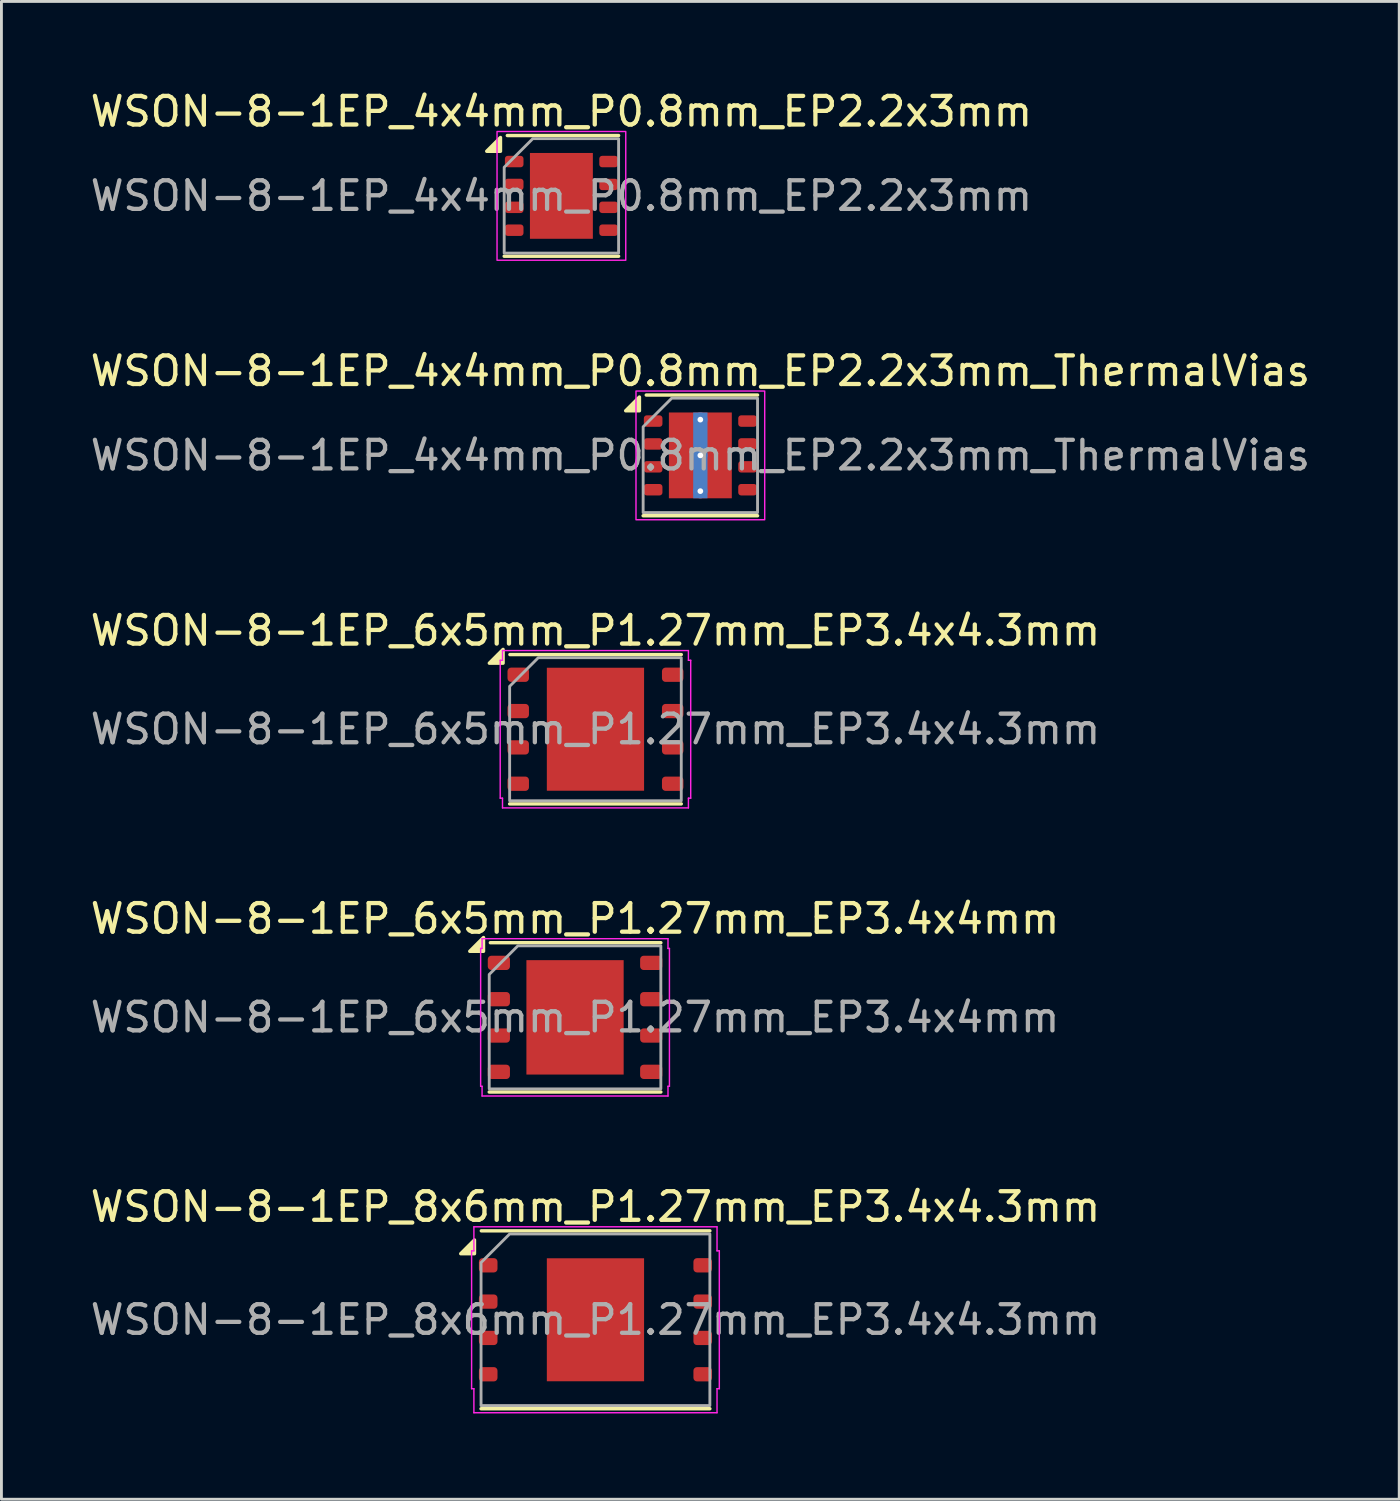
<source format=kicad_pcb>
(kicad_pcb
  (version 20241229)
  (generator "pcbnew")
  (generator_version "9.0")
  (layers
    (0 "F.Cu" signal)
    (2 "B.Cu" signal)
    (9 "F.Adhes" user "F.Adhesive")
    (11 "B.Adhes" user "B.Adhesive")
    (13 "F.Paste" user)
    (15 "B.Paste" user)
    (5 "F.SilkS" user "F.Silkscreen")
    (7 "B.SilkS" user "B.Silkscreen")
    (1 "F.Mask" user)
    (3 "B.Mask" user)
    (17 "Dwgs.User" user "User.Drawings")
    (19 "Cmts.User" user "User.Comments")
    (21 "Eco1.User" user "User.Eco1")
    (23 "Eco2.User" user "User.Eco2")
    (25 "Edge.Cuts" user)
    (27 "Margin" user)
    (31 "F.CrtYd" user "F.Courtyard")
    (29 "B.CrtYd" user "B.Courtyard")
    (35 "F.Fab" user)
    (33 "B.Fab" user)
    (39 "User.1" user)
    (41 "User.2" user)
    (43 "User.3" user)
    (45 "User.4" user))
  (footprint "WSON-8-1EP_6x5mm_P1.27mm_EP3.4x4mm"
    (layer "F.Cu")
    (at 17.054 32.518)
    (property "Reference" "WSON-8-1EP_6x5mm_P1.27mm_EP3.4x4mm" (at 0 -3.45 0) (layer "F.SilkS") (effects (font (size 1 1) (thickness 0.15))))
    (attr smd)
    (fp_line (start -3 2.61) (end 3 2.61) (stroke (width 0.12) (type solid)) (layer "F.SilkS"))
    (fp_line (start -2.96 -2.61) (end 3 -2.61) (stroke (width 0.12) (type solid)) (layer "F.SilkS"))
    (fp_poly (pts (xy -3.2 -2.31) (xy -3.68 -2.31) (xy -3.2 -2.79)) (stroke (width 0.12) (type solid)) (fill yes) (layer "F.SilkS"))
    (fp_line (start -3.3 -2.41) (end -3.25 -2.41) (stroke (width 0.05) (type solid)) (layer "F.CrtYd"))
    (fp_line (start -3.3 2.41) (end -3.3 -2.41) (stroke (width 0.05) (type solid)) (layer "F.CrtYd"))
    (fp_line (start -3.25 -2.75) (end 3.25 -2.75) (stroke (width 0.05) (type solid)) (layer "F.CrtYd"))
    (fp_line (start -3.25 -2.41) (end -3.25 -2.75) (stroke (width 0.05) (type solid)) (layer "F.CrtYd"))
    (fp_line (start -3.25 2.41) (end -3.3 2.41) (stroke (width 0.05) (type solid)) (layer "F.CrtYd"))
    (fp_line (start -3.25 2.75) (end -3.25 2.41) (stroke (width 0.05) (type solid)) (layer "F.CrtYd"))
    (fp_line (start 3.25 -2.75) (end 3.25 -2.41) (stroke (width 0.05) (type solid)) (layer "F.CrtYd"))
    (fp_line (start 3.25 -2.41) (end 3.3 -2.41) (stroke (width 0.05) (type solid)) (layer "F.CrtYd"))
    (fp_line (start 3.25 2.41) (end 3.25 2.75) (stroke (width 0.05) (type solid)) (layer "F.CrtYd"))
    (fp_line (start 3.25 2.75) (end -3.25 2.75) (stroke (width 0.05) (type solid)) (layer "F.CrtYd"))
    (fp_line (start 3.3 -2.41) (end 3.3 2.41) (stroke (width 0.05) (type solid)) (layer "F.CrtYd"))
    (fp_line (start 3.3 2.41) (end 3.25 2.41) (stroke (width 0.05) (type solid)) (layer "F.CrtYd"))
    (fp_poly (pts (xy -3 -1.5) (xy -3 2.5) (xy 3 2.5) (xy 3 -2.5) (xy -2 -2.5)) (stroke (width 0.1) (type solid)) (fill no) (layer "F.Fab"))
    (fp_text user "${REFERENCE}" (at 0 0 0) (layer "F.Fab") (effects (font (size 1 1) (thickness 0.15))))
    (pad "" smd roundrect (at -0.85 -1) (size 1.37 1.61) (layers "F.Paste") (roundrect_rratio 0.182))
    (pad "" smd roundrect (at -0.85 1) (size 1.37 1.61) (layers "F.Paste") (roundrect_rratio 0.182))
    (pad "" smd roundrect (at 0.85 -1) (size 1.37 1.61) (layers "F.Paste") (roundrect_rratio 0.182))
    (pad "" smd roundrect (at 0.85 1) (size 1.37 1.61) (layers "F.Paste") (roundrect_rratio 0.182))
    (pad "1" smd roundrect (at -2.663 -1.905) (size 0.775 0.5) (layers "F.Cu" "F.Mask" "F.Paste") (roundrect_rratio 0.25))
    (pad "2" smd roundrect (at -2.663 -0.635) (size 0.775 0.5) (layers "F.Cu" "F.Mask" "F.Paste") (roundrect_rratio 0.25))
    (pad "3" smd roundrect (at -2.663 0.635) (size 0.775 0.5) (layers "F.Cu" "F.Mask" "F.Paste") (roundrect_rratio 0.25))
    (pad "4" smd roundrect (at -2.663 1.905) (size 0.775 0.5) (layers "F.Cu" "F.Mask" "F.Paste") (roundrect_rratio 0.25))
    (pad "5" smd roundrect (at 2.663 1.905) (size 0.775 0.5) (layers "F.Cu" "F.Mask" "F.Paste") (roundrect_rratio 0.25))
    (pad "6" smd roundrect (at 2.663 0.635) (size 0.775 0.5) (layers "F.Cu" "F.Mask" "F.Paste") (roundrect_rratio 0.25))
    (pad "7" smd roundrect (at 2.663 -0.635) (size 0.775 0.5) (layers "F.Cu" "F.Mask" "F.Paste") (roundrect_rratio 0.25))
    (pad "8" smd roundrect (at 2.663 -1.905) (size 0.775 0.5) (layers "F.Cu" "F.Mask" "F.Paste") (roundrect_rratio 0.25))
    (pad "9" smd rect (at 0 0) (size 3.4 4) (property pad_prop_heatsink) (layers "F.Cu" "F.Mask")))
  (footprint "WSON-8-1EP_4x4mm_P0.8mm_EP2.2x3mm_ThermalVias"
    (layer "F.Cu")
    (at 21.435 12.871)
    (property "Reference" "WSON-8-1EP_4x4mm_P0.8mm_EP2.2x3mm_ThermalVias" (at 0 -2.95 0) (layer "F.SilkS") (effects (font (size 1 1) (thickness 0.15))))
    (attr smd)
    (fp_line (start -2 2.11) (end 2 2.11) (stroke (width 0.12) (type solid)) (layer "F.SilkS"))
    (fp_line (start -1.89 -2.11) (end 2 -2.11) (stroke (width 0.12) (type solid)) (layer "F.SilkS"))
    (fp_poly (pts (xy -2.13 -1.56) (xy -2.61 -1.56) (xy -2.13 -2.04)) (stroke (width 0.12) (type solid)) (fill yes) (layer "F.SilkS"))
    (fp_rect (start 2.25 2.25) (end -2.25 -2.25) (stroke (width 0.05) (type solid)) (fill no) (layer "F.CrtYd"))
    (fp_poly (pts (xy -2 -1) (xy -2 2) (xy 2 2) (xy 2 -2) (xy -1 -2)) (stroke (width 0.1) (type solid)) (fill no) (layer "F.Fab"))
    (fp_text user "${REFERENCE}" (at 0 0 0) (layer "F.Fab") (effects (font (size 1 1) (thickness 0.15))))
    (pad "" smd roundrect (at -0.55 -0.75) (size 0.89 1.21) (layers "F.Paste") (roundrect_rratio 0.25))
    (pad "" smd roundrect (at -0.55 0.75) (size 0.89 1.21) (layers "F.Paste") (roundrect_rratio 0.25))
    (pad "" smd roundrect (at 0.55 -0.75) (size 0.89 1.21) (layers "F.Paste") (roundrect_rratio 0.25))
    (pad "" smd roundrect (at 0.55 0.75) (size 0.89 1.21) (layers "F.Paste") (roundrect_rratio 0.25))
    (pad "1" smd roundrect (at -1.65 -1.2) (size 0.65 0.4) (layers "F.Cu" "F.Mask" "F.Paste") (roundrect_rratio 0.25))
    (pad "2" smd roundrect (at -1.65 -0.4) (size 0.65 0.4) (layers "F.Cu" "F.Mask" "F.Paste") (roundrect_rratio 0.25))
    (pad "3" smd roundrect (at -1.65 0.4) (size 0.65 0.4) (layers "F.Cu" "F.Mask" "F.Paste") (roundrect_rratio 0.25))
    (pad "4" smd roundrect (at -1.65 1.2) (size 0.65 0.4) (layers "F.Cu" "F.Mask" "F.Paste") (roundrect_rratio 0.25))
    (pad "5" smd roundrect (at 1.65 1.2) (size 0.65 0.4) (layers "F.Cu" "F.Mask" "F.Paste") (roundrect_rratio 0.25))
    (pad "6" smd roundrect (at 1.65 0.4) (size 0.65 0.4) (layers "F.Cu" "F.Mask" "F.Paste") (roundrect_rratio 0.25))
    (pad "7" smd roundrect (at 1.65 -0.4) (size 0.65 0.4) (layers "F.Cu" "F.Mask" "F.Paste") (roundrect_rratio 0.25))
    (pad "8" smd roundrect (at 1.65 -1.2) (size 0.65 0.4) (layers "F.Cu" "F.Mask" "F.Paste") (roundrect_rratio 0.25))
    (pad "9" thru_hole circle (at 0 -1.25) (size 0.5 0.5) (drill 0.2) (property pad_prop_heatsink) (layers "*.Cu"))
    (pad "9" thru_hole circle (at 0 0) (size 0.5 0.5) (drill 0.2) (property pad_prop_heatsink) (layers "*.Cu"))
    (pad "9" smd rect (at 0 0) (size 0.5 3) (property pad_prop_heatsink) (layers "B.Cu"))
    (pad "9" smd rect (at 0 0) (size 2.2 3) (property pad_prop_heatsink) (layers "F.Cu" "F.Mask"))
    (pad "9" thru_hole circle (at 0 1.25) (size 0.5 0.5) (drill 0.2) (property pad_prop_heatsink) (layers "*.Cu")))
  (footprint "WSON-8-1EP_6x5mm_P1.27mm_EP3.4x4.3mm"
    (layer "F.Cu")
    (at 17.768 22.445)
    (property "Reference" "WSON-8-1EP_6x5mm_P1.27mm_EP3.4x4.3mm" (at 0 -3.45 0) (layer "F.SilkS") (effects (font (size 1 1) (thickness 0.15))))
    (attr smd)
    (fp_line (start -3 2.61) (end 3 2.61) (stroke (width 0.12) (type solid)) (layer "F.SilkS"))
    (fp_line (start -2.99 -2.61) (end 3 -2.61) (stroke (width 0.12) (type solid)) (layer "F.SilkS"))
    (fp_poly (pts (xy -3.23 -2.31) (xy -3.71 -2.31) (xy -3.23 -2.79)) (stroke (width 0.12) (type solid)) (fill yes) (layer "F.SilkS"))
    (fp_line (start -3.33 -2.41) (end -3.25 -2.41) (stroke (width 0.05) (type solid)) (layer "F.CrtYd"))
    (fp_line (start -3.33 2.41) (end -3.33 -2.41) (stroke (width 0.05) (type solid)) (layer "F.CrtYd"))
    (fp_line (start -3.25 -2.75) (end 3.25 -2.75) (stroke (width 0.05) (type solid)) (layer "F.CrtYd"))
    (fp_line (start -3.25 -2.41) (end -3.25 -2.75) (stroke (width 0.05) (type solid)) (layer "F.CrtYd"))
    (fp_line (start -3.25 2.41) (end -3.33 2.41) (stroke (width 0.05) (type solid)) (layer "F.CrtYd"))
    (fp_line (start -3.25 2.75) (end -3.25 2.41) (stroke (width 0.05) (type solid)) (layer "F.CrtYd"))
    (fp_line (start 3.25 -2.75) (end 3.25 -2.41) (stroke (width 0.05) (type solid)) (layer "F.CrtYd"))
    (fp_line (start 3.25 -2.41) (end 3.33 -2.41) (stroke (width 0.05) (type solid)) (layer "F.CrtYd"))
    (fp_line (start 3.25 2.41) (end 3.25 2.75) (stroke (width 0.05) (type solid)) (layer "F.CrtYd"))
    (fp_line (start 3.25 2.75) (end -3.25 2.75) (stroke (width 0.05) (type solid)) (layer "F.CrtYd"))
    (fp_line (start 3.33 -2.41) (end 3.33 2.41) (stroke (width 0.05) (type solid)) (layer "F.CrtYd"))
    (fp_line (start 3.33 2.41) (end 3.25 2.41) (stroke (width 0.05) (type solid)) (layer "F.CrtYd"))
    (fp_poly (pts (xy -3 -1.5) (xy -3 2.5) (xy 3 2.5) (xy 3 -2.5) (xy -2 -2.5)) (stroke (width 0.1) (type solid)) (fill no) (layer "F.Fab"))
    (fp_text user "${REFERENCE}" (at 0 0 0) (layer "F.Fab") (effects (font (size 1 1) (thickness 0.15))))
    (pad "" smd roundrect (at -0.85 -1.075) (size 1.37 1.73) (layers "F.Paste") (roundrect_rratio 0.182))
    (pad "" smd roundrect (at -0.85 1.075) (size 1.37 1.73) (layers "F.Paste") (roundrect_rratio 0.182))
    (pad "" smd roundrect (at 0.85 -1.075) (size 1.37 1.73) (layers "F.Paste") (roundrect_rratio 0.182))
    (pad "" smd roundrect (at 0.85 1.075) (size 1.37 1.73) (layers "F.Paste") (roundrect_rratio 0.182))
    (pad "1" smd roundrect (at -2.7 -1.905) (size 0.75 0.5) (layers "F.Cu" "F.Mask" "F.Paste") (roundrect_rratio 0.25))
    (pad "2" smd roundrect (at -2.7 -0.635) (size 0.75 0.5) (layers "F.Cu" "F.Mask" "F.Paste") (roundrect_rratio 0.25))
    (pad "3" smd roundrect (at -2.7 0.635) (size 0.75 0.5) (layers "F.Cu" "F.Mask" "F.Paste") (roundrect_rratio 0.25))
    (pad "4" smd roundrect (at -2.7 1.905) (size 0.75 0.5) (layers "F.Cu" "F.Mask" "F.Paste") (roundrect_rratio 0.25))
    (pad "5" smd roundrect (at 2.7 1.905) (size 0.75 0.5) (layers "F.Cu" "F.Mask" "F.Paste") (roundrect_rratio 0.25))
    (pad "6" smd roundrect (at 2.7 0.635) (size 0.75 0.5) (layers "F.Cu" "F.Mask" "F.Paste") (roundrect_rratio 0.25))
    (pad "7" smd roundrect (at 2.7 -0.635) (size 0.75 0.5) (layers "F.Cu" "F.Mask" "F.Paste") (roundrect_rratio 0.25))
    (pad "8" smd roundrect (at 2.7 -1.905) (size 0.75 0.5) (layers "F.Cu" "F.Mask" "F.Paste") (roundrect_rratio 0.25))
    (pad "9" smd rect (at 0 0) (size 3.4 4.3) (property pad_prop_heatsink) (layers "F.Cu" "F.Mask")))
  (footprint "WSON-8-1EP_8x6mm_P1.27mm_EP3.4x4.3mm"
    (layer "F.Cu")
    (at 17.768 43.091)
    (property "Reference" "WSON-8-1EP_8x6mm_P1.27mm_EP3.4x4.3mm" (at 0 -3.95 0) (layer "F.SilkS") (effects (font (size 1 1) (thickness 0.15))))
    (attr smd)
    (fp_line (start -4 3.11) (end 4 3.11) (stroke (width 0.12) (type solid)) (layer "F.SilkS"))
    (fp_line (start -3.99 -3.11) (end 4 -3.11) (stroke (width 0.12) (type solid)) (layer "F.SilkS"))
    (fp_poly (pts (xy -4.23 -2.31) (xy -4.71 -2.31) (xy -4.23 -2.79)) (stroke (width 0.12) (type solid)) (fill yes) (layer "F.SilkS"))
    (fp_line (start -4.33 -2.41) (end -4.25 -2.41) (stroke (width 0.05) (type solid)) (layer "F.CrtYd"))
    (fp_line (start -4.33 2.41) (end -4.33 -2.41) (stroke (width 0.05) (type solid)) (layer "F.CrtYd"))
    (fp_line (start -4.25 -3.25) (end 4.25 -3.25) (stroke (width 0.05) (type solid)) (layer "F.CrtYd"))
    (fp_line (start -4.25 -2.41) (end -4.25 -3.25) (stroke (width 0.05) (type solid)) (layer "F.CrtYd"))
    (fp_line (start -4.25 2.41) (end -4.33 2.41) (stroke (width 0.05) (type solid)) (layer "F.CrtYd"))
    (fp_line (start -4.25 3.25) (end -4.25 2.41) (stroke (width 0.05) (type solid)) (layer "F.CrtYd"))
    (fp_line (start 4.25 -3.25) (end 4.25 -2.41) (stroke (width 0.05) (type solid)) (layer "F.CrtYd"))
    (fp_line (start 4.25 -2.41) (end 4.33 -2.41) (stroke (width 0.05) (type solid)) (layer "F.CrtYd"))
    (fp_line (start 4.25 2.41) (end 4.25 3.25) (stroke (width 0.05) (type solid)) (layer "F.CrtYd"))
    (fp_line (start 4.25 3.25) (end -4.25 3.25) (stroke (width 0.05) (type solid)) (layer "F.CrtYd"))
    (fp_line (start 4.33 -2.41) (end 4.33 2.41) (stroke (width 0.05) (type solid)) (layer "F.CrtYd"))
    (fp_line (start 4.33 2.41) (end 4.25 2.41) (stroke (width 0.05) (type solid)) (layer "F.CrtYd"))
    (fp_poly (pts (xy -4 -2) (xy -4 3) (xy 4 3) (xy 4 -3) (xy -3 -3)) (stroke (width 0.1) (type solid)) (fill no) (layer "F.Fab"))
    (fp_text user "${REFERENCE}" (at 0 0 0) (layer "F.Fab") (effects (font (size 1 1) (thickness 0.15))))
    (pad "" smd roundrect (at -0.85 -1.075) (size 1.37 1.73) (layers "F.Paste") (roundrect_rratio 0.182))
    (pad "" smd roundrect (at -0.85 1.075) (size 1.37 1.73) (layers "F.Paste") (roundrect_rratio 0.182))
    (pad "" smd roundrect (at 0.85 -1.075) (size 1.37 1.73) (layers "F.Paste") (roundrect_rratio 0.182))
    (pad "" smd roundrect (at 0.85 1.075) (size 1.37 1.73) (layers "F.Paste") (roundrect_rratio 0.182))
    (pad "1" smd roundrect (at -3.75 -1.905) (size 0.65 0.5) (layers "F.Cu" "F.Mask" "F.Paste") (roundrect_rratio 0.25))
    (pad "2" smd roundrect (at -3.75 -0.635) (size 0.65 0.5) (layers "F.Cu" "F.Mask" "F.Paste") (roundrect_rratio 0.25))
    (pad "3" smd roundrect (at -3.75 0.635) (size 0.65 0.5) (layers "F.Cu" "F.Mask" "F.Paste") (roundrect_rratio 0.25))
    (pad "4" smd roundrect (at -3.75 1.905) (size 0.65 0.5) (layers "F.Cu" "F.Mask" "F.Paste") (roundrect_rratio 0.25))
    (pad "5" smd roundrect (at 3.75 1.905) (size 0.65 0.5) (layers "F.Cu" "F.Mask" "F.Paste") (roundrect_rratio 0.25))
    (pad "6" smd roundrect (at 3.75 0.635) (size 0.65 0.5) (layers "F.Cu" "F.Mask" "F.Paste") (roundrect_rratio 0.25))
    (pad "7" smd roundrect (at 3.75 -0.635) (size 0.65 0.5) (layers "F.Cu" "F.Mask" "F.Paste") (roundrect_rratio 0.25))
    (pad "8" smd roundrect (at 3.75 -1.905) (size 0.65 0.5) (layers "F.Cu" "F.Mask" "F.Paste") (roundrect_rratio 0.25))
    (pad "9" smd rect (at 0 0) (size 3.4 4.3) (property pad_prop_heatsink) (layers "F.Cu" "F.Mask")))
  (footprint "WSON-8-1EP_4x4mm_P0.8mm_EP2.2x3mm"
    (layer "F.Cu")
    (at 16.577 3.798)
    (property "Reference" "WSON-8-1EP_4x4mm_P0.8mm_EP2.2x3mm" (at 0 -2.95 0) (layer "F.SilkS") (effects (font (size 1 1) (thickness 0.15))))
    (attr smd)
    (fp_line (start -2 2.11) (end 2 2.11) (stroke (width 0.12) (type solid)) (layer "F.SilkS"))
    (fp_line (start -1.89 -2.11) (end 2 -2.11) (stroke (width 0.12) (type solid)) (layer "F.SilkS"))
    (fp_poly (pts (xy -2.13 -1.56) (xy -2.61 -1.56) (xy -2.13 -2.04)) (stroke (width 0.12) (type solid)) (fill yes) (layer "F.SilkS"))
    (fp_rect (start 2.25 2.25) (end -2.25 -2.25) (stroke (width 0.05) (type solid)) (fill no) (layer "F.CrtYd"))
    (fp_poly (pts (xy -2 -1) (xy -2 2) (xy 2 2) (xy 2 -2) (xy -1 -2)) (stroke (width 0.1) (type solid)) (fill no) (layer "F.Fab"))
    (fp_text user "${REFERENCE}" (at 0 0 0) (layer "F.Fab") (effects (font (size 1 1) (thickness 0.15))))
    (pad "" smd roundrect (at -0.55 -0.75) (size 0.89 1.21) (layers "F.Paste") (roundrect_rratio 0.25))
    (pad "" smd roundrect (at -0.55 0.75) (size 0.89 1.21) (layers "F.Paste") (roundrect_rratio 0.25))
    (pad "" smd roundrect (at 0.55 -0.75) (size 0.89 1.21) (layers "F.Paste") (roundrect_rratio 0.25))
    (pad "" smd roundrect (at 0.55 0.75) (size 0.89 1.21) (layers "F.Paste") (roundrect_rratio 0.25))
    (pad "1" smd roundrect (at -1.65 -1.2) (size 0.65 0.4) (layers "F.Cu" "F.Mask" "F.Paste") (roundrect_rratio 0.25))
    (pad "2" smd roundrect (at -1.65 -0.4) (size 0.65 0.4) (layers "F.Cu" "F.Mask" "F.Paste") (roundrect_rratio 0.25))
    (pad "3" smd roundrect (at -1.65 0.4) (size 0.65 0.4) (layers "F.Cu" "F.Mask" "F.Paste") (roundrect_rratio 0.25))
    (pad "4" smd roundrect (at -1.65 1.2) (size 0.65 0.4) (layers "F.Cu" "F.Mask" "F.Paste") (roundrect_rratio 0.25))
    (pad "5" smd roundrect (at 1.65 1.2) (size 0.65 0.4) (layers "F.Cu" "F.Mask" "F.Paste") (roundrect_rratio 0.25))
    (pad "6" smd roundrect (at 1.65 0.4) (size 0.65 0.4) (layers "F.Cu" "F.Mask" "F.Paste") (roundrect_rratio 0.25))
    (pad "7" smd roundrect (at 1.65 -0.4) (size 0.65 0.4) (layers "F.Cu" "F.Mask" "F.Paste") (roundrect_rratio 0.25))
    (pad "8" smd roundrect (at 1.65 -1.2) (size 0.65 0.4) (layers "F.Cu" "F.Mask" "F.Paste") (roundrect_rratio 0.25))
    (pad "9" smd rect (at 0 0) (size 2.2 3) (property pad_prop_heatsink) (layers "F.Cu" "F.Mask")))
  (gr_rect
    (start -3 -3)
    (end 45.869 49.366)
    (stroke (width 0.1) (type default))
    (fill no)
    (layer "Edge.Cuts")))
</source>
